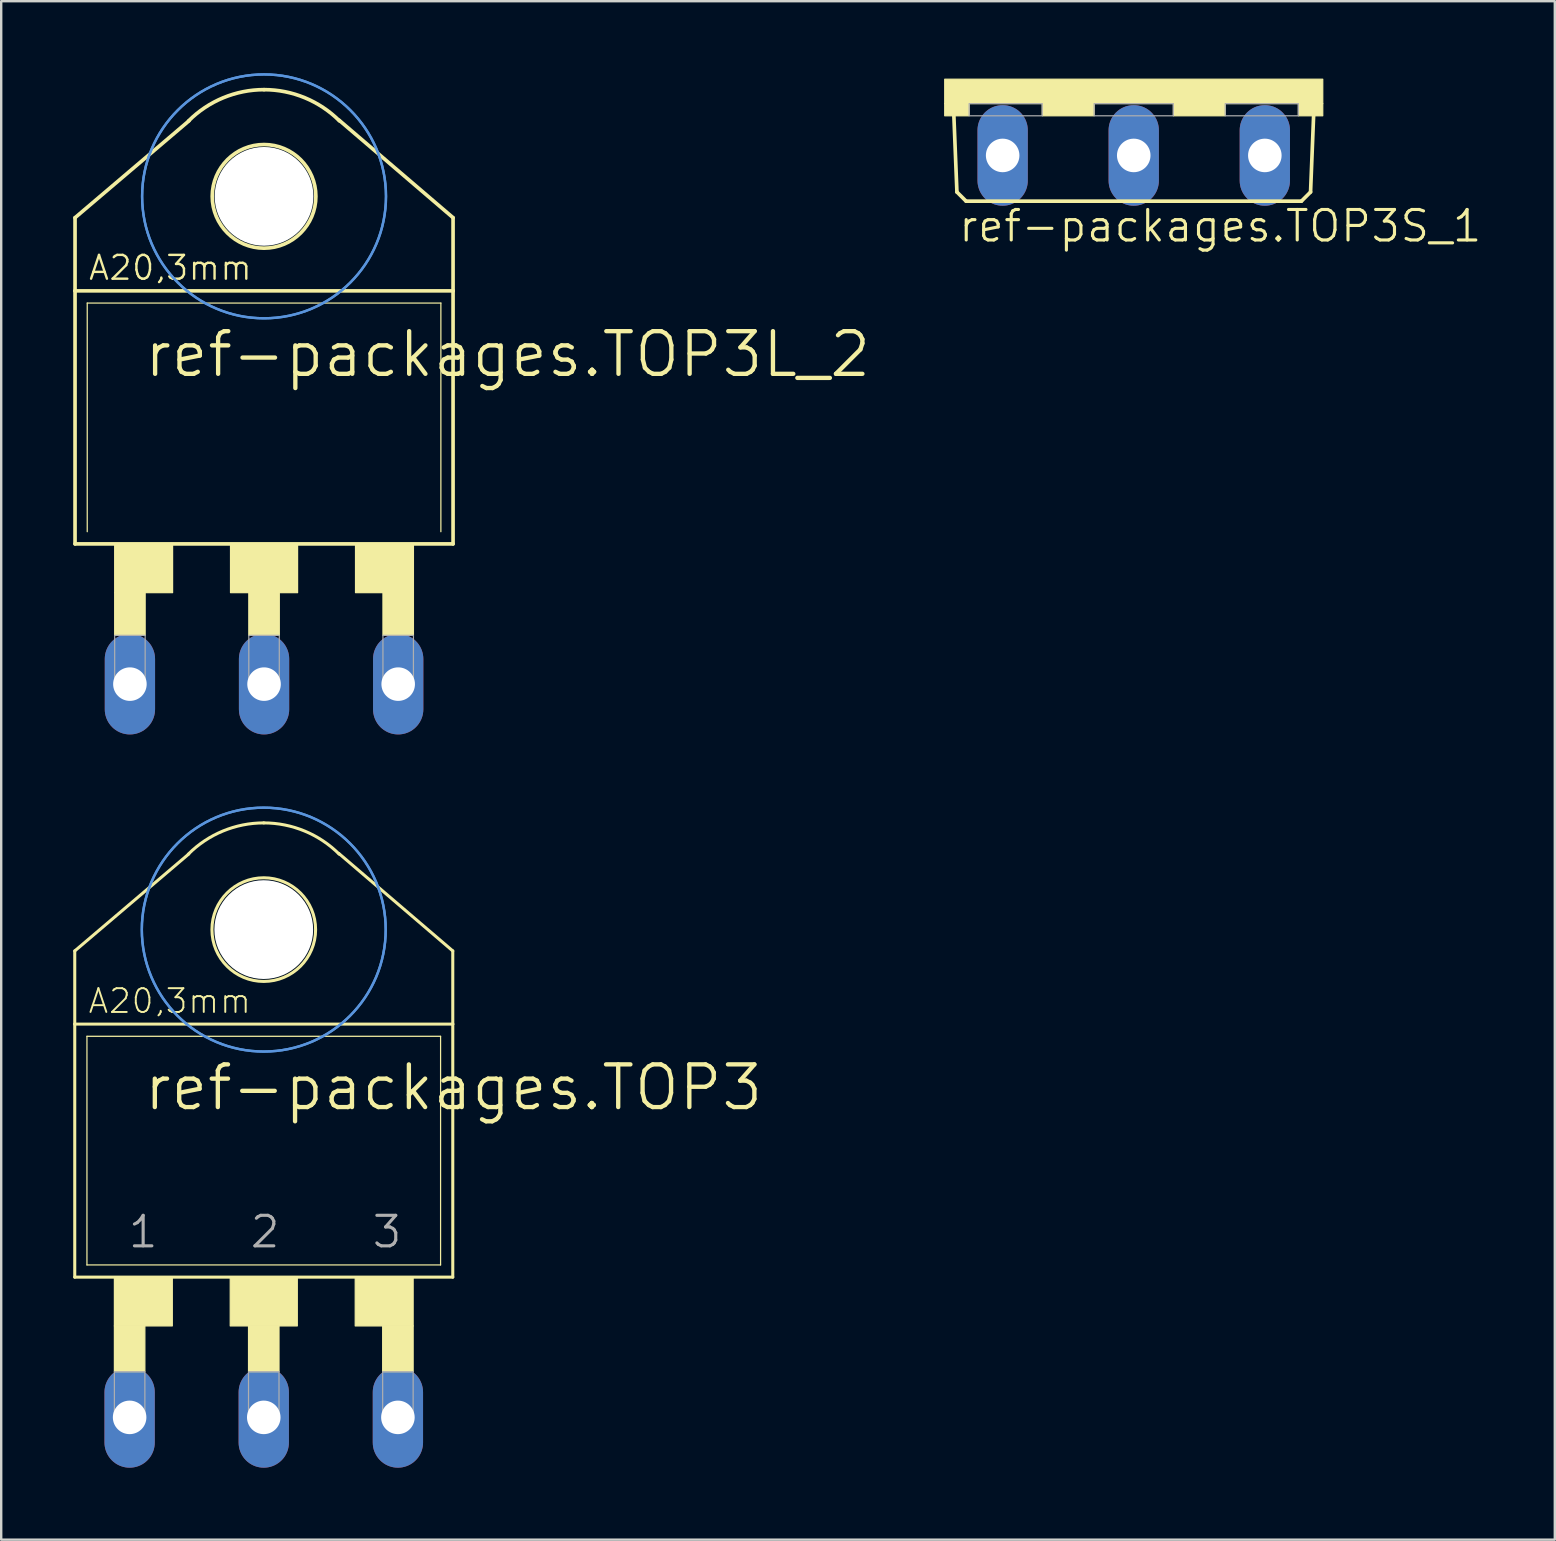
<source format=kicad_pcb>
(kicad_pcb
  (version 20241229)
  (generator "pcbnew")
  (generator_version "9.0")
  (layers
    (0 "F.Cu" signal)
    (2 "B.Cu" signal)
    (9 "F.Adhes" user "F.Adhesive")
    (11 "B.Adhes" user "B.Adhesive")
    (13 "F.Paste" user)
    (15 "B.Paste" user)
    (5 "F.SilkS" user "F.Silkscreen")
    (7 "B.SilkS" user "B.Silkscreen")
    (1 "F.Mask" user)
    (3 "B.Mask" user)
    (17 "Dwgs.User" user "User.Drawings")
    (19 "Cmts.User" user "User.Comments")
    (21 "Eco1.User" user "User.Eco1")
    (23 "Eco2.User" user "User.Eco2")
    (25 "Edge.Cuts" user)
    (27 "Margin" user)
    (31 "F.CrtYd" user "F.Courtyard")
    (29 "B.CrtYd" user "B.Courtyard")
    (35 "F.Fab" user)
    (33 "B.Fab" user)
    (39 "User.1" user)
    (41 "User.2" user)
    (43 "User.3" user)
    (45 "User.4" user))
  (footprint "ref-packages.TOP3"
    (layer "F.Cu")
    (at 7.938 48.376)
    (property "Reference" "ref-packages.TOP3" (at -5.08 -5.08 0) (layer "F.SilkS") (effects (font (size 1.778 1.778) (thickness 0.18)) (justify left bottom)))
    (attr through_hole)
    (fp_line (start -7.874 -11.811) (end -3.124 -15.85) (stroke (width 0.127) (type default)) (layer "F.SilkS"))
    (fp_line (start -7.874 -8.763) (end -7.874 -11.811) (stroke (width 0.127) (type default)) (layer "F.SilkS"))
    (fp_line (start -7.874 1.778) (end -7.874 -8.763) (stroke (width 0.127) (type default)) (layer "F.SilkS"))
    (fp_line (start -7.874 1.778) (end 7.874 1.778) (stroke (width 0.127) (type default)) (layer "F.SilkS"))
    (fp_line (start -7.366 1.27) (end -7.366 -8.255) (stroke (width 0.051) (type default)) (layer "F.SilkS"))
    (fp_line (start -7.366 1.27) (end 7.366 1.27) (stroke (width 0.051) (type default)) (layer "F.SilkS"))
    (fp_line (start 7.366 -8.255) (end -7.366 -8.255) (stroke (width 0.051) (type default)) (layer "F.SilkS"))
    (fp_line (start 7.366 -8.255) (end 7.366 1.27) (stroke (width 0.051) (type default)) (layer "F.SilkS"))
    (fp_line (start 7.874 -11.811) (end 3.124 -15.875) (stroke (width 0.127) (type default)) (layer "F.SilkS"))
    (fp_line (start 7.874 -8.763) (end -7.874 -8.763) (stroke (width 0.127) (type default)) (layer "F.SilkS"))
    (fp_line (start 7.874 -8.763) (end 7.874 -11.811) (stroke (width 0.127) (type default)) (layer "F.SilkS"))
    (fp_line (start 7.874 -8.763) (end 7.874 1.778) (stroke (width 0.127) (type default)) (layer "F.SilkS"))
    (fp_rect (start -6.223 3.81) (end -3.81 1.778) (stroke (width 0.05) (type default)) (fill yes) (layer "F.SilkS"))
    (fp_rect (start -6.223 5.715) (end -4.953 3.81) (stroke (width 0.05) (type default)) (fill yes) (layer "F.SilkS"))
    (fp_rect (start -1.397 3.81) (end 1.397 1.778) (stroke (width 0.05) (type default)) (fill yes) (layer "F.SilkS"))
    (fp_rect (start -0.635 5.715) (end 0.635 3.81) (stroke (width 0.05) (type default)) (fill yes) (layer "F.SilkS"))
    (fp_rect (start 3.81 3.81) (end 6.223 1.778) (stroke (width 0.05) (type default)) (fill yes) (layer "F.SilkS"))
    (fp_rect (start 4.953 5.715) (end 6.223 3.81) (stroke (width 0.05) (type default)) (fill yes) (layer "F.SilkS"))
    (fp_arc (start -3.1431 -15.8431) (mid -1.701032 -16.806651) (end 0 -17.145) (stroke (width 0.127) (type default)) (layer "F.SilkS"))
    (fp_arc (start 0 -17.145) (mid 1.701032 -16.806651) (end 3.1431 -15.8431) (stroke (width 0.127) (type default)) (layer "F.SilkS"))
    (fp_circle (center 0 -12.7) (end 2.159 -12.7) (stroke (width 0.127) (type default)) (fill no) (layer "F.SilkS"))
    (fp_circle (center 0 -12.7) (end 5.08 -12.7) (stroke (width 0.1) (type default)) (fill no) (layer "Cmts.User"))
    (fp_circle (center 0 -12.7) (end 5.08 -12.7) (stroke (width 0.1) (type default)) (fill no) (layer "Cmts.User"))
    (fp_rect (start -6.223 7.62) (end -4.953 5.715) (stroke (width 0.05) (type default)) (fill no) (layer "F.Fab"))
    (fp_rect (start -0.635 7.62) (end 0.635 5.715) (stroke (width 0.05) (type default)) (fill no) (layer "F.Fab"))
    (fp_rect (start 4.953 7.62) (end 6.223 5.715) (stroke (width 0.05) (type default)) (fill no) (layer "F.Fab"))
    (fp_text user "A20,3mm" (at -7.366 -9.144 0) (layer "F.SilkS") (effects (font (size 0.991 0.991) (thickness 0.08)) (justify left bottom)))
    (fp_text user "1" (at -5.715 0.635 0) (layer "F.Fab") (effects (font (size 1.27 1.27) (thickness 0.13)) (justify left bottom)))
    (fp_text user "2" (at -0.635 0.635 0) (layer "F.Fab") (effects (font (size 1.27 1.27) (thickness 0.13)) (justify left bottom)))
    (fp_text user "3" (at 4.445 0.635 0) (layer "F.Fab") (effects (font (size 1.27 1.27) (thickness 0.13)) (justify left bottom)))
    (pad "" np_thru_hole circle (at 0 -12.7) (size 4.115 4.115) (drill 4.115) (layers "*.Cu" "*.Mask"))
    (pad "1" thru_hole oval (at -5.588 7.62 90) (size 4.191 2.095) (drill 1.397) (layers "*.Cu" "*.Mask"))
    (pad "2" thru_hole oval (at 0 7.62 90) (size 4.191 2.095) (drill 1.397) (layers "*.Cu" "*.Mask"))
    (pad "3" thru_hole oval (at 5.588 7.62 90) (size 4.191 2.095) (drill 1.397) (layers "*.Cu" "*.Mask")))
  (footprint "ref-packages.TOP3L_2"
    (layer "F.Cu")
    (at 7.95 17.83)
    (property "Reference" "ref-packages.TOP3L_2" (at -5.08 -5.08 0) (layer "F.SilkS") (effects (font (size 1.778 1.778) (thickness 0.18)) (justify left bottom)))
    (attr through_hole)
    (fp_line (start -7.874 -11.811) (end -3.124 -15.85) (stroke (width 0.152) (type default)) (layer "F.SilkS"))
    (fp_line (start -7.874 -8.763) (end -7.874 -11.811) (stroke (width 0.152) (type default)) (layer "F.SilkS"))
    (fp_line (start -7.874 1.778) (end -7.874 -8.763) (stroke (width 0.152) (type default)) (layer "F.SilkS"))
    (fp_line (start -7.874 1.778) (end 7.874 1.778) (stroke (width 0.152) (type default)) (layer "F.SilkS"))
    (fp_line (start -7.366 1.27) (end -7.366 -8.255) (stroke (width 0.051) (type default)) (layer "F.SilkS"))
    (fp_line (start 7.366 -8.255) (end -7.366 -8.255) (stroke (width 0.051) (type default)) (layer "F.SilkS"))
    (fp_line (start 7.366 -8.255) (end 7.366 1.27) (stroke (width 0.051) (type default)) (layer "F.SilkS"))
    (fp_line (start 7.874 -11.811) (end 3.124 -15.875) (stroke (width 0.152) (type default)) (layer "F.SilkS"))
    (fp_line (start 7.874 -8.763) (end -7.874 -8.763) (stroke (width 0.152) (type default)) (layer "F.SilkS"))
    (fp_line (start 7.874 -8.763) (end 7.874 -11.811) (stroke (width 0.152) (type default)) (layer "F.SilkS"))
    (fp_line (start 7.874 -8.763) (end 7.874 1.778) (stroke (width 0.152) (type default)) (layer "F.SilkS"))
    (fp_rect (start -6.223 3.81) (end -3.81 1.778) (stroke (width 0.05) (type default)) (fill yes) (layer "F.SilkS"))
    (fp_rect (start -6.223 5.588) (end -4.953 3.81) (stroke (width 0.05) (type default)) (fill yes) (layer "F.SilkS"))
    (fp_rect (start -1.397 3.81) (end 1.397 1.778) (stroke (width 0.05) (type default)) (fill yes) (layer "F.SilkS"))
    (fp_rect (start -0.635 5.588) (end 0.635 3.81) (stroke (width 0.05) (type default)) (fill yes) (layer "F.SilkS"))
    (fp_rect (start 3.81 3.81) (end 6.223 1.778) (stroke (width 0.05) (type default)) (fill yes) (layer "F.SilkS"))
    (fp_rect (start 4.953 5.588) (end 6.223 3.81) (stroke (width 0.05) (type default)) (fill yes) (layer "F.SilkS"))
    (fp_arc (start -3.1431 -15.8431) (mid -1.701035 -16.806659) (end 0 -17.145) (stroke (width 0.1524) (type default)) (layer "F.SilkS"))
    (fp_arc (start 0 -17.145) (mid 1.701035 -16.806659) (end 3.1431 -15.8431) (stroke (width 0.1524) (type default)) (layer "F.SilkS"))
    (fp_circle (center 0 -12.7) (end 2.159 -12.7) (stroke (width 0.152) (type default)) (fill no) (layer "F.SilkS"))
    (fp_circle (center 0 -12.7) (end 5.08 -12.7) (stroke (width 0.1) (type default)) (fill no) (layer "Cmts.User"))
    (fp_circle (center 0 -12.7) (end 5.08 -12.7) (stroke (width 0.1) (type default)) (fill no) (layer "Cmts.User"))
    (fp_rect (start -6.223 7.62) (end -4.953 5.588) (stroke (width 0.05) (type default)) (fill no) (layer "F.Fab"))
    (fp_rect (start -0.635 7.62) (end 0.635 5.588) (stroke (width 0.05) (type default)) (fill no) (layer "F.Fab"))
    (fp_rect (start 4.953 7.62) (end 6.223 5.588) (stroke (width 0.05) (type default)) (fill no) (layer "F.Fab"))
    (fp_text user "A20,3mm" (at -7.366 -9.144 0) (layer "F.SilkS") (effects (font (size 0.991 0.991) (thickness 0.1)) (justify left bottom)))
    (pad "" np_thru_hole circle (at 0 -12.7) (size 4.115 4.115) (drill 4.115) (layers "*.Cu" "*.Mask"))
    (pad "A" thru_hole oval (at 0 7.62 90) (size 4.191 2.095) (drill 1.397) (layers "*.Cu" "*.Mask"))
    (pad "C" thru_hole oval (at -5.588 7.62 90) (size 4.191 2.095) (drill 1.397) (layers "*.Cu" "*.Mask"))
    (pad "G" thru_hole oval (at 5.588 7.62 90) (size 4.191 2.095) (drill 1.397) (layers "*.Cu" "*.Mask")))
  (footprint "ref-packages.TOP3S_1"
    (layer "F.Cu")
    (at 44.18 0.25)
    (property "Reference" "ref-packages.TOP3S_1" (at -7.366 6.858 0) (layer "F.SilkS") (effects (font (size 1.27 1.27) (thickness 0.13)) (justify left bottom)))
    (attr through_hole)
    (fp_line (start -7.366 4.699) (end -7.493 1.524) (stroke (width 0.152) (type default)) (layer "F.SilkS"))
    (fp_line (start -6.985 5.08) (end -7.366 4.699) (stroke (width 0.152) (type default)) (layer "F.SilkS"))
    (fp_line (start -6.985 5.08) (end 6.985 5.08) (stroke (width 0.152) (type default)) (layer "F.SilkS"))
    (fp_line (start 6.985 5.08) (end 7.366 4.699) (stroke (width 0.152) (type default)) (layer "F.SilkS"))
    (fp_line (start 7.366 4.699) (end 7.493 1.524) (stroke (width 0.152) (type default)) (layer "F.SilkS"))
    (fp_rect (start -7.874 1.016) (end 7.874 0) (stroke (width 0.05) (type default)) (fill yes) (layer "F.SilkS"))
    (fp_rect (start -7.874 1.524) (end -6.858 1.016) (stroke (width 0.05) (type default)) (fill yes) (layer "F.SilkS"))
    (fp_rect (start -3.81 1.524) (end -1.651 1.016) (stroke (width 0.05) (type default)) (fill yes) (layer "F.SilkS"))
    (fp_rect (start 1.651 1.524) (end 3.81 1.016) (stroke (width 0.05) (type default)) (fill yes) (layer "F.SilkS"))
    (fp_rect (start 6.858 1.524) (end 7.874 1.016) (stroke (width 0.05) (type default)) (fill yes) (layer "F.SilkS"))
    (fp_rect (start -6.858 1.524) (end -3.81 1.016) (stroke (width 0.05) (type default)) (fill no) (layer "F.Fab"))
    (fp_rect (start -1.651 1.524) (end 1.651 1.016) (stroke (width 0.05) (type default)) (fill no) (layer "F.Fab"))
    (fp_rect (start 3.81 1.524) (end 6.858 1.016) (stroke (width 0.05) (type default)) (fill no) (layer "F.Fab"))
    (pad "A1" thru_hole oval (at -5.461 3.175 90) (size 4.191 2.095) (drill 1.397) (layers "*.Cu" "*.Mask"))
    (pad "A2" thru_hole oval (at 0 3.175 90) (size 4.191 2.095) (drill 1.397) (layers "*.Cu" "*.Mask"))
    (pad "G" thru_hole oval (at 5.461 3.175 90) (size 4.191 2.095) (drill 1.397) (layers "*.Cu" "*.Mask")))
  (gr_rect
    (start -3 -3)
    (end 61.721 61.091)
    (stroke (width 0.1) (type default))
    (fill no)
    (layer "Edge.Cuts")))
</source>
